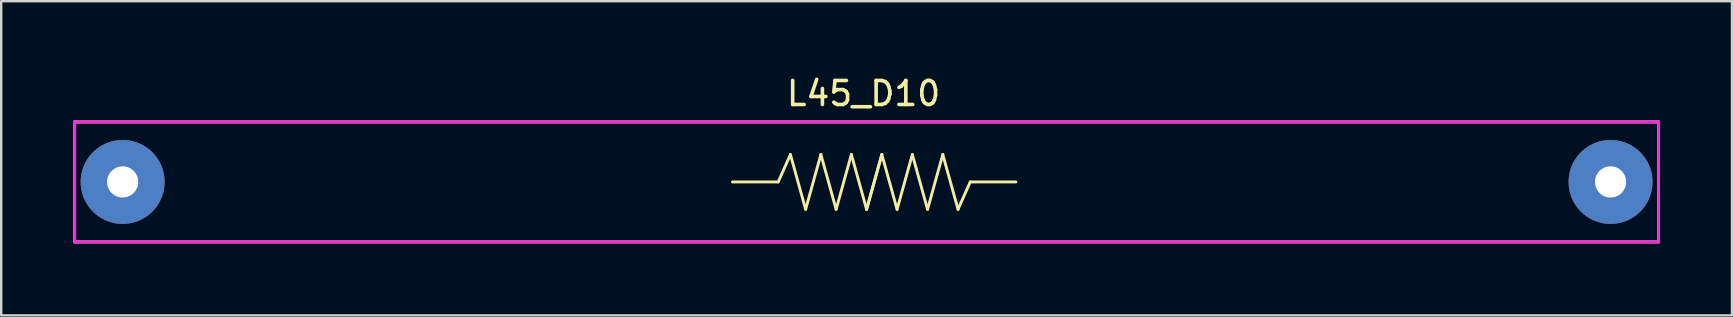
<source format=kicad_pcb>
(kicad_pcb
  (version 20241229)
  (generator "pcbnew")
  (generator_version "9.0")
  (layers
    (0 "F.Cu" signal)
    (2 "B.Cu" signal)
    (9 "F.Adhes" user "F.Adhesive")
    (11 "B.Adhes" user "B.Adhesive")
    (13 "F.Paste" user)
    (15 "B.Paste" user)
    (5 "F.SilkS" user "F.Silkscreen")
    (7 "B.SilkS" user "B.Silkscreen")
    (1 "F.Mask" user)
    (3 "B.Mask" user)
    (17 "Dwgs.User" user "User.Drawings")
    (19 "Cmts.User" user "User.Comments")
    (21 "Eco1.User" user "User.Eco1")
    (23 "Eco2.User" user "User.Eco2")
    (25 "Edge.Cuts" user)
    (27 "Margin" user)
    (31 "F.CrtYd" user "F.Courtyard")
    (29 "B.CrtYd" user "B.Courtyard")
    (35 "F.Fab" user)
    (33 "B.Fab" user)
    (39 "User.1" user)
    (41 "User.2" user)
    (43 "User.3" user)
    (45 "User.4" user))
  (footprint "L45_D10"
    (layer "F.Cu")
    (at 33.06 4.531)
    (property "Reference" "L45_D10" (at -0.127 -3.683 0) (layer "F.SilkS") (effects (font (size 1 1) (thickness 0.15))))
    (attr through_hole)
    (fp_line (start -33 -2.5) (end -33 2.5) (stroke (width 0.12) (type solid)) (layer "F.SilkS"))
    (fp_line (start -33 -2.5) (end 33 -2.5) (stroke (width 0.12) (type solid)) (layer "F.SilkS"))
    (fp_line (start -5.588 0) (end -3.683 0) (stroke (width 0.12) (type solid)) (layer "F.SilkS"))
    (fp_line (start -3.683 0) (end -3.175 -1.143) (stroke (width 0.12) (type solid)) (layer "F.SilkS"))
    (fp_line (start -3.175 -1.143) (end -2.54 1.143) (stroke (width 0.12) (type solid)) (layer "F.SilkS"))
    (fp_line (start -2.54 1.143) (end -1.905 -1.143) (stroke (width 0.12) (type solid)) (layer "F.SilkS"))
    (fp_line (start -1.905 -1.143) (end -1.27 1.143) (stroke (width 0.12) (type solid)) (layer "F.SilkS"))
    (fp_line (start -1.27 1.143) (end -0.635 -1.143) (stroke (width 0.12) (type solid)) (layer "F.SilkS"))
    (fp_line (start -0.635 -1.143) (end 0 1.143) (stroke (width 0.12) (type solid)) (layer "F.SilkS"))
    (fp_line (start 0 1.143) (end 0.635 -1.143) (stroke (width 0.12) (type solid)) (layer "F.SilkS"))
    (fp_line (start 0.635 -1.143) (end 0 1.143) (stroke (width 0.12) (type solid)) (layer "F.SilkS"))
    (fp_line (start 1.27 1.143) (end 0.635 -1.143) (stroke (width 0.12) (type solid)) (layer "F.SilkS"))
    (fp_line (start 1.905 -1.143) (end 1.27 1.143) (stroke (width 0.12) (type solid)) (layer "F.SilkS"))
    (fp_line (start 2.54 1.143) (end 1.905 -1.143) (stroke (width 0.12) (type solid)) (layer "F.SilkS"))
    (fp_line (start 3.175 -1.143) (end 2.54 1.143) (stroke (width 0.12) (type solid)) (layer "F.SilkS"))
    (fp_line (start 3.81 1.143) (end 3.175 -1.143) (stroke (width 0.12) (type solid)) (layer "F.SilkS"))
    (fp_line (start 4.318 0) (end 3.81 1.143) (stroke (width 0.12) (type solid)) (layer "F.SilkS"))
    (fp_line (start 6.223 0) (end 4.318 0) (stroke (width 0.12) (type solid)) (layer "F.SilkS"))
    (fp_line (start 33 -2.5) (end 33 2.5) (stroke (width 0.12) (type solid)) (layer "F.SilkS"))
    (fp_line (start 33 2.5) (end -33 2.5) (stroke (width 0.12) (type solid)) (layer "F.SilkS"))
    (fp_line (start -33 -2.5) (end -33 2.5) (stroke (width 0.12) (type solid)) (layer "F.CrtYd"))
    (fp_line (start -33 -2.5) (end 33 -2.5) (stroke (width 0.12) (type solid)) (layer "F.CrtYd"))
    (fp_line (start 33 -2.5) (end 33 2.5) (stroke (width 0.12) (type solid)) (layer "F.CrtYd"))
    (fp_line (start 33 2.5) (end -33 2.5) (stroke (width 0.12) (type solid)) (layer "F.CrtYd"))
    (pad "1" thru_hole circle (at -31 0 180) (size 3.5 3.5) (drill 1.3) (layers "*.Cu" "*.Mask"))
    (pad "2" thru_hole circle (at 31 0 180) (size 3.5 3.5) (drill 1.3) (layers "*.Cu" "*.Mask")))
  (gr_rect
    (start -3 -3)
    (end 69.12 10.091)
    (stroke (width 0.1) (type default))
    (fill no)
    (layer "Edge.Cuts")))
</source>
